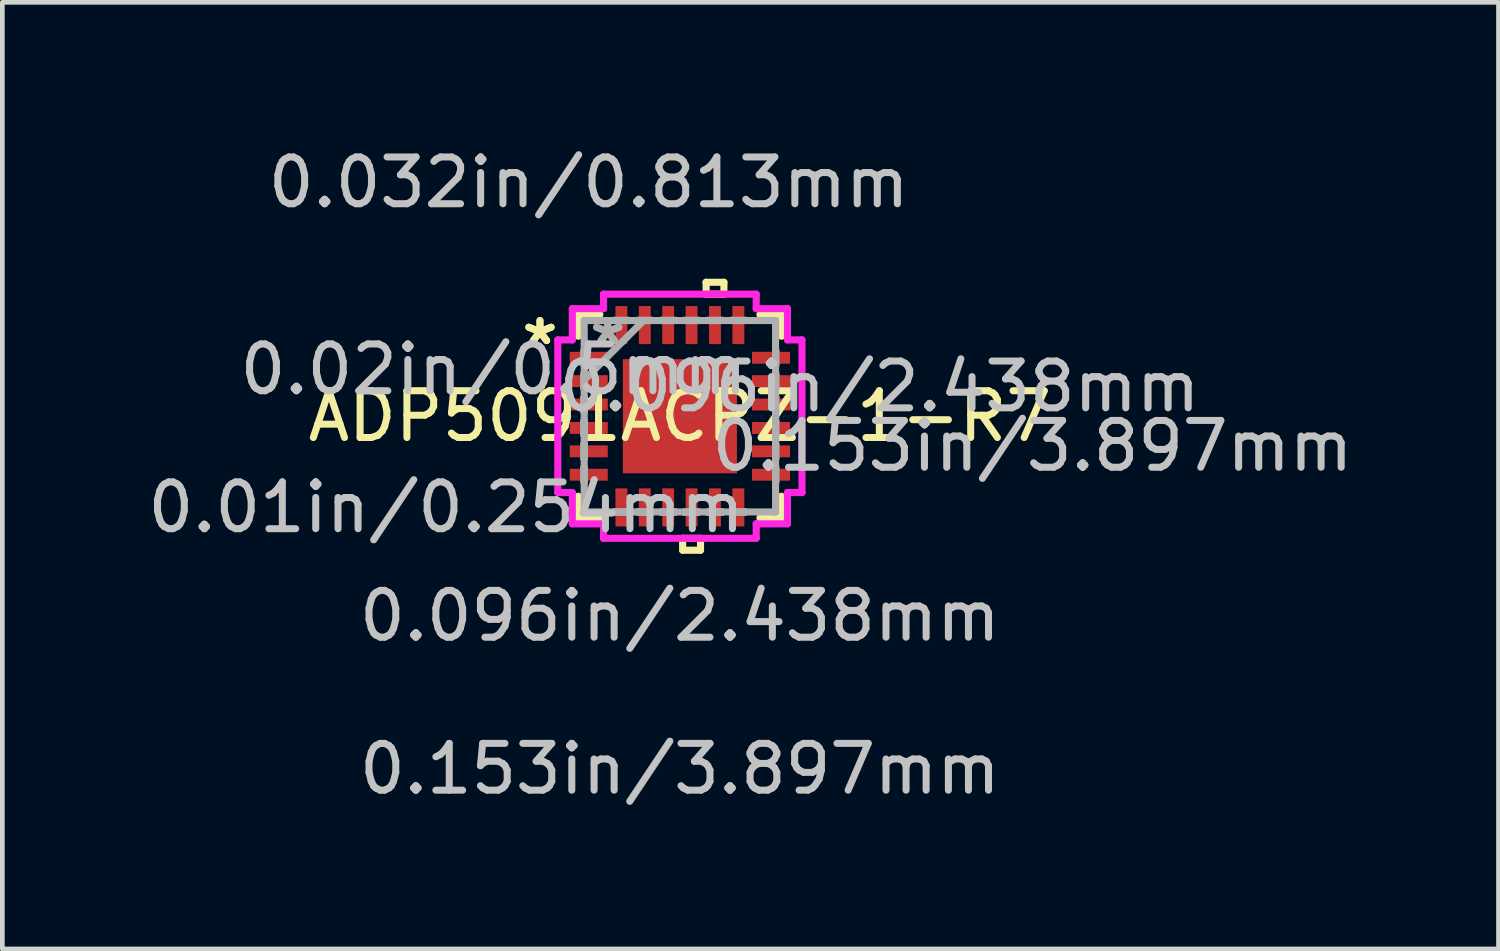
<source format=kicad_pcb>
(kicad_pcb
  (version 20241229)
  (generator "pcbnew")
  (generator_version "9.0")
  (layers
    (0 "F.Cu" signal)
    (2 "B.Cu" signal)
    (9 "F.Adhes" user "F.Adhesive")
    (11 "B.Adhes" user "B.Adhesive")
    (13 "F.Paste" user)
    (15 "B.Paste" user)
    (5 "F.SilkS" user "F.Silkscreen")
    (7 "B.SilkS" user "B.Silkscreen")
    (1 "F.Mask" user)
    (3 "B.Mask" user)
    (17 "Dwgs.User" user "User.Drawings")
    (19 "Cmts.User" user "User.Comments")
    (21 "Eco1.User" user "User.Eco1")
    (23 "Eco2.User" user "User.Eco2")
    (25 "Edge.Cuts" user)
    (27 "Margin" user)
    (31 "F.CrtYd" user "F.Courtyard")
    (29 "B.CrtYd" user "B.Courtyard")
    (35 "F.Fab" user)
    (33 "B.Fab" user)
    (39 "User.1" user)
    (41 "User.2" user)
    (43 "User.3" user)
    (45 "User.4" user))
  (footprint "ADP5091ACPZ-1-R7"
    (layer "F.Cu")
    (at 11.479 5.845)
    (property "Reference" "ADP5091ACPZ-1-R7" (at 0 0 0) (layer "F.SilkS") (effects (font (size 1 1) (thickness 0.15))))
    (attr through_hole)
    (fp_line (start -2.172 -2.172) (end -2.172 -1.71) (stroke (width 0.152) (type solid)) (layer "F.SilkS"))
    (fp_line (start -2.172 1.71) (end -2.172 2.172) (stroke (width 0.152) (type solid)) (layer "F.SilkS"))
    (fp_line (start -2.172 2.172) (end -1.71 2.172) (stroke (width 0.152) (type solid)) (layer "F.SilkS"))
    (fp_line (start -1.71 -2.172) (end -2.172 -2.172) (stroke (width 0.152) (type solid)) (layer "F.SilkS"))
    (fp_line (start 0.059 2.609) (end 0.059 2.863) (stroke (width 0.152) (type solid)) (layer "F.SilkS"))
    (fp_line (start 0.059 2.863) (end 0.441 2.863) (stroke (width 0.152) (type solid)) (layer "F.SilkS"))
    (fp_line (start 0.441 2.609) (end 0.059 2.609) (stroke (width 0.152) (type solid)) (layer "F.SilkS"))
    (fp_line (start 0.441 2.863) (end 0.441 2.609) (stroke (width 0.152) (type solid)) (layer "F.SilkS"))
    (fp_line (start 0.56 -2.863) (end 0.941 -2.863) (stroke (width 0.152) (type solid)) (layer "F.SilkS"))
    (fp_line (start 0.56 -2.609) (end 0.56 -2.863) (stroke (width 0.152) (type solid)) (layer "F.SilkS"))
    (fp_line (start 0.941 -2.863) (end 0.941 -2.609) (stroke (width 0.152) (type solid)) (layer "F.SilkS"))
    (fp_line (start 0.941 -2.609) (end 0.56 -2.609) (stroke (width 0.152) (type solid)) (layer "F.SilkS"))
    (fp_line (start 1.71 2.172) (end 2.172 2.172) (stroke (width 0.152) (type solid)) (layer "F.SilkS"))
    (fp_line (start 2.172 -2.172) (end 1.71 -2.172) (stroke (width 0.152) (type solid)) (layer "F.SilkS"))
    (fp_line (start 2.172 -1.71) (end 2.172 -2.172) (stroke (width 0.152) (type solid)) (layer "F.SilkS"))
    (fp_line (start 2.172 2.172) (end 2.172 1.71) (stroke (width 0.152) (type solid)) (layer "F.SilkS"))
    (fp_line (start -2.609 -1.631) (end -2.299 -1.631) (stroke (width 0.152) (type solid)) (layer "F.CrtYd"))
    (fp_line (start -2.609 1.631) (end -2.609 -1.631) (stroke (width 0.152) (type solid)) (layer "F.CrtYd"))
    (fp_line (start -2.299 -2.299) (end -1.631 -2.299) (stroke (width 0.152) (type solid)) (layer "F.CrtYd"))
    (fp_line (start -2.299 -1.631) (end -2.299 -2.299) (stroke (width 0.152) (type solid)) (layer "F.CrtYd"))
    (fp_line (start -2.299 1.631) (end -2.609 1.631) (stroke (width 0.152) (type solid)) (layer "F.CrtYd"))
    (fp_line (start -2.299 2.299) (end -2.299 1.631) (stroke (width 0.152) (type solid)) (layer "F.CrtYd"))
    (fp_line (start -1.631 -2.609) (end 1.631 -2.609) (stroke (width 0.152) (type solid)) (layer "F.CrtYd"))
    (fp_line (start -1.631 -2.299) (end -1.631 -2.609) (stroke (width 0.152) (type solid)) (layer "F.CrtYd"))
    (fp_line (start -1.631 2.299) (end -2.299 2.299) (stroke (width 0.152) (type solid)) (layer "F.CrtYd"))
    (fp_line (start -1.631 2.609) (end -1.631 2.299) (stroke (width 0.152) (type solid)) (layer "F.CrtYd"))
    (fp_line (start 1.631 -2.609) (end 1.631 -2.299) (stroke (width 0.152) (type solid)) (layer "F.CrtYd"))
    (fp_line (start 1.631 -2.299) (end 2.299 -2.299) (stroke (width 0.152) (type solid)) (layer "F.CrtYd"))
    (fp_line (start 1.631 2.299) (end 1.631 2.609) (stroke (width 0.152) (type solid)) (layer "F.CrtYd"))
    (fp_line (start 1.631 2.609) (end -1.631 2.609) (stroke (width 0.152) (type solid)) (layer "F.CrtYd"))
    (fp_line (start 2.299 -2.299) (end 2.299 -1.631) (stroke (width 0.152) (type solid)) (layer "F.CrtYd"))
    (fp_line (start 2.299 -1.631) (end 2.609 -1.631) (stroke (width 0.152) (type solid)) (layer "F.CrtYd"))
    (fp_line (start 2.299 1.631) (end 2.299 2.299) (stroke (width 0.152) (type solid)) (layer "F.CrtYd"))
    (fp_line (start 2.299 2.299) (end 1.631 2.299) (stroke (width 0.152) (type solid)) (layer "F.CrtYd"))
    (fp_line (start 2.609 -1.631) (end 2.609 1.631) (stroke (width 0.152) (type solid)) (layer "F.CrtYd"))
    (fp_line (start 2.609 1.631) (end 2.299 1.631) (stroke (width 0.152) (type solid)) (layer "F.CrtYd"))
    (fp_line (start -2.05 -1.402) (end -2.05 -1.098) (stroke (width 0.152) (type solid)) (layer "F.Fab"))
    (fp_line (start -2.05 -1.098) (end -2.045 -1.098) (stroke (width 0.152) (type solid)) (layer "F.Fab"))
    (fp_line (start -2.05 -0.902) (end -2.05 -0.598) (stroke (width 0.152) (type solid)) (layer "F.Fab"))
    (fp_line (start -2.05 -0.598) (end -2.045 -0.598) (stroke (width 0.152) (type solid)) (layer "F.Fab"))
    (fp_line (start -2.05 -0.402) (end -2.05 -0.098) (stroke (width 0.152) (type solid)) (layer "F.Fab"))
    (fp_line (start -2.05 -0.098) (end -2.045 -0.098) (stroke (width 0.152) (type solid)) (layer "F.Fab"))
    (fp_line (start -2.05 0.098) (end -2.05 0.402) (stroke (width 0.152) (type solid)) (layer "F.Fab"))
    (fp_line (start -2.05 0.402) (end -2.045 0.402) (stroke (width 0.152) (type solid)) (layer "F.Fab"))
    (fp_line (start -2.05 0.598) (end -2.05 0.902) (stroke (width 0.152) (type solid)) (layer "F.Fab"))
    (fp_line (start -2.05 0.902) (end -2.045 0.902) (stroke (width 0.152) (type solid)) (layer "F.Fab"))
    (fp_line (start -2.05 1.098) (end -2.05 1.402) (stroke (width 0.152) (type solid)) (layer "F.Fab"))
    (fp_line (start -2.05 1.402) (end -2.045 1.402) (stroke (width 0.152) (type solid)) (layer "F.Fab"))
    (fp_line (start -2.045 -2.045) (end -2.045 -2.045) (stroke (width 0.152) (type solid)) (layer "F.Fab"))
    (fp_line (start -2.045 -2.045) (end -2.045 2.045) (stroke (width 0.152) (type solid)) (layer "F.Fab"))
    (fp_line (start -2.045 -1.402) (end -2.05 -1.402) (stroke (width 0.152) (type solid)) (layer "F.Fab"))
    (fp_line (start -2.045 -1.098) (end -2.045 -1.402) (stroke (width 0.152) (type solid)) (layer "F.Fab"))
    (fp_line (start -2.045 -0.902) (end -2.05 -0.902) (stroke (width 0.152) (type solid)) (layer "F.Fab"))
    (fp_line (start -2.045 -0.775) (end -0.775 -2.045) (stroke (width 0.152) (type solid)) (layer "F.Fab"))
    (fp_line (start -2.045 -0.598) (end -2.045 -0.902) (stroke (width 0.152) (type solid)) (layer "F.Fab"))
    (fp_line (start -2.045 -0.402) (end -2.05 -0.402) (stroke (width 0.152) (type solid)) (layer "F.Fab"))
    (fp_line (start -2.045 -0.098) (end -2.045 -0.402) (stroke (width 0.152) (type solid)) (layer "F.Fab"))
    (fp_line (start -2.045 0.098) (end -2.05 0.098) (stroke (width 0.152) (type solid)) (layer "F.Fab"))
    (fp_line (start -2.045 0.402) (end -2.045 0.098) (stroke (width 0.152) (type solid)) (layer "F.Fab"))
    (fp_line (start -2.045 0.598) (end -2.05 0.598) (stroke (width 0.152) (type solid)) (layer "F.Fab"))
    (fp_line (start -2.045 0.902) (end -2.045 0.598) (stroke (width 0.152) (type solid)) (layer "F.Fab"))
    (fp_line (start -2.045 1.098) (end -2.05 1.098) (stroke (width 0.152) (type solid)) (layer "F.Fab"))
    (fp_line (start -2.045 1.402) (end -2.045 1.098) (stroke (width 0.152) (type solid)) (layer "F.Fab"))
    (fp_line (start -2.045 2.045) (end -2.045 2.045) (stroke (width 0.152) (type solid)) (layer "F.Fab"))
    (fp_line (start -2.045 2.045) (end 2.045 2.045) (stroke (width 0.152) (type solid)) (layer "F.Fab"))
    (fp_line (start -1.402 -2.05) (end -1.402 -2.045) (stroke (width 0.152) (type solid)) (layer "F.Fab"))
    (fp_line (start -1.402 -2.045) (end -1.098 -2.045) (stroke (width 0.152) (type solid)) (layer "F.Fab"))
    (fp_line (start -1.402 2.045) (end -1.402 2.05) (stroke (width 0.152) (type solid)) (layer "F.Fab"))
    (fp_line (start -1.402 2.05) (end -1.098 2.05) (stroke (width 0.152) (type solid)) (layer "F.Fab"))
    (fp_line (start -1.098 -2.05) (end -1.402 -2.05) (stroke (width 0.152) (type solid)) (layer "F.Fab"))
    (fp_line (start -1.098 -2.045) (end -1.098 -2.05) (stroke (width 0.152) (type solid)) (layer "F.Fab"))
    (fp_line (start -1.098 2.045) (end -1.402 2.045) (stroke (width 0.152) (type solid)) (layer "F.Fab"))
    (fp_line (start -1.098 2.05) (end -1.098 2.045) (stroke (width 0.152) (type solid)) (layer "F.Fab"))
    (fp_line (start -0.902 -2.05) (end -0.902 -2.045) (stroke (width 0.152) (type solid)) (layer "F.Fab"))
    (fp_line (start -0.902 -2.045) (end -0.598 -2.045) (stroke (width 0.152) (type solid)) (layer "F.Fab"))
    (fp_line (start -0.902 2.045) (end -0.902 2.05) (stroke (width 0.152) (type solid)) (layer "F.Fab"))
    (fp_line (start -0.902 2.05) (end -0.598 2.05) (stroke (width 0.152) (type solid)) (layer "F.Fab"))
    (fp_line (start -0.598 -2.05) (end -0.902 -2.05) (stroke (width 0.152) (type solid)) (layer "F.Fab"))
    (fp_line (start -0.598 -2.045) (end -0.598 -2.05) (stroke (width 0.152) (type solid)) (layer "F.Fab"))
    (fp_line (start -0.598 2.045) (end -0.902 2.045) (stroke (width 0.152) (type solid)) (layer "F.Fab"))
    (fp_line (start -0.598 2.05) (end -0.598 2.045) (stroke (width 0.152) (type solid)) (layer "F.Fab"))
    (fp_line (start -0.402 -2.05) (end -0.402 -2.045) (stroke (width 0.152) (type solid)) (layer "F.Fab"))
    (fp_line (start -0.402 -2.045) (end -0.098 -2.045) (stroke (width 0.152) (type solid)) (layer "F.Fab"))
    (fp_line (start -0.402 2.045) (end -0.402 2.05) (stroke (width 0.152) (type solid)) (layer "F.Fab"))
    (fp_line (start -0.402 2.05) (end -0.098 2.05) (stroke (width 0.152) (type solid)) (layer "F.Fab"))
    (fp_line (start -0.098 -2.05) (end -0.402 -2.05) (stroke (width 0.152) (type solid)) (layer "F.Fab"))
    (fp_line (start -0.098 -2.045) (end -0.098 -2.05) (stroke (width 0.152) (type solid)) (layer "F.Fab"))
    (fp_line (start -0.098 2.045) (end -0.402 2.045) (stroke (width 0.152) (type solid)) (layer "F.Fab"))
    (fp_line (start -0.098 2.05) (end -0.098 2.045) (stroke (width 0.152) (type solid)) (layer "F.Fab"))
    (fp_line (start 0.098 -2.05) (end 0.098 -2.045) (stroke (width 0.152) (type solid)) (layer "F.Fab"))
    (fp_line (start 0.098 -2.045) (end 0.402 -2.045) (stroke (width 0.152) (type solid)) (layer "F.Fab"))
    (fp_line (start 0.098 2.045) (end 0.098 2.05) (stroke (width 0.152) (type solid)) (layer "F.Fab"))
    (fp_line (start 0.098 2.05) (end 0.402 2.05) (stroke (width 0.152) (type solid)) (layer "F.Fab"))
    (fp_line (start 0.402 -2.05) (end 0.098 -2.05) (stroke (width 0.152) (type solid)) (layer "F.Fab"))
    (fp_line (start 0.402 -2.045) (end 0.402 -2.05) (stroke (width 0.152) (type solid)) (layer "F.Fab"))
    (fp_line (start 0.402 2.045) (end 0.098 2.045) (stroke (width 0.152) (type solid)) (layer "F.Fab"))
    (fp_line (start 0.402 2.05) (end 0.402 2.045) (stroke (width 0.152) (type solid)) (layer "F.Fab"))
    (fp_line (start 0.598 -2.05) (end 0.598 -2.045) (stroke (width 0.152) (type solid)) (layer "F.Fab"))
    (fp_line (start 0.598 -2.045) (end 0.902 -2.045) (stroke (width 0.152) (type solid)) (layer "F.Fab"))
    (fp_line (start 0.598 2.045) (end 0.598 2.05) (stroke (width 0.152) (type solid)) (layer "F.Fab"))
    (fp_line (start 0.598 2.05) (end 0.902 2.05) (stroke (width 0.152) (type solid)) (layer "F.Fab"))
    (fp_line (start 0.902 -2.05) (end 0.598 -2.05) (stroke (width 0.152) (type solid)) (layer "F.Fab"))
    (fp_line (start 0.902 -2.045) (end 0.902 -2.05) (stroke (width 0.152) (type solid)) (layer "F.Fab"))
    (fp_line (start 0.902 2.045) (end 0.598 2.045) (stroke (width 0.152) (type solid)) (layer "F.Fab"))
    (fp_line (start 0.902 2.05) (end 0.902 2.045) (stroke (width 0.152) (type solid)) (layer "F.Fab"))
    (fp_line (start 1.098 -2.05) (end 1.098 -2.045) (stroke (width 0.152) (type solid)) (layer "F.Fab"))
    (fp_line (start 1.098 -2.045) (end 1.402 -2.045) (stroke (width 0.152) (type solid)) (layer "F.Fab"))
    (fp_line (start 1.098 2.045) (end 1.098 2.05) (stroke (width 0.152) (type solid)) (layer "F.Fab"))
    (fp_line (start 1.098 2.05) (end 1.402 2.05) (stroke (width 0.152) (type solid)) (layer "F.Fab"))
    (fp_line (start 1.402 -2.05) (end 1.098 -2.05) (stroke (width 0.152) (type solid)) (layer "F.Fab"))
    (fp_line (start 1.402 -2.045) (end 1.402 -2.05) (stroke (width 0.152) (type solid)) (layer "F.Fab"))
    (fp_line (start 1.402 2.045) (end 1.098 2.045) (stroke (width 0.152) (type solid)) (layer "F.Fab"))
    (fp_line (start 1.402 2.05) (end 1.402 2.045) (stroke (width 0.152) (type solid)) (layer "F.Fab"))
    (fp_line (start 2.045 -2.045) (end -2.045 -2.045) (stroke (width 0.152) (type solid)) (layer "F.Fab"))
    (fp_line (start 2.045 -2.045) (end 2.045 -2.045) (stroke (width 0.152) (type solid)) (layer "F.Fab"))
    (fp_line (start 2.045 -1.402) (end 2.045 -1.098) (stroke (width 0.152) (type solid)) (layer "F.Fab"))
    (fp_line (start 2.045 -1.098) (end 2.05 -1.098) (stroke (width 0.152) (type solid)) (layer "F.Fab"))
    (fp_line (start 2.045 -0.902) (end 2.045 -0.598) (stroke (width 0.152) (type solid)) (layer "F.Fab"))
    (fp_line (start 2.045 -0.598) (end 2.05 -0.598) (stroke (width 0.152) (type solid)) (layer "F.Fab"))
    (fp_line (start 2.045 -0.402) (end 2.045 -0.098) (stroke (width 0.152) (type solid)) (layer "F.Fab"))
    (fp_line (start 2.045 -0.098) (end 2.05 -0.098) (stroke (width 0.152) (type solid)) (layer "F.Fab"))
    (fp_line (start 2.045 0.098) (end 2.045 0.402) (stroke (width 0.152) (type solid)) (layer "F.Fab"))
    (fp_line (start 2.045 0.402) (end 2.05 0.402) (stroke (width 0.152) (type solid)) (layer "F.Fab"))
    (fp_line (start 2.045 0.598) (end 2.045 0.902) (stroke (width 0.152) (type solid)) (layer "F.Fab"))
    (fp_line (start 2.045 0.902) (end 2.05 0.902) (stroke (width 0.152) (type solid)) (layer "F.Fab"))
    (fp_line (start 2.045 1.098) (end 2.045 1.402) (stroke (width 0.152) (type solid)) (layer "F.Fab"))
    (fp_line (start 2.045 1.402) (end 2.05 1.402) (stroke (width 0.152) (type solid)) (layer "F.Fab"))
    (fp_line (start 2.045 2.045) (end 2.045 -2.045) (stroke (width 0.152) (type solid)) (layer "F.Fab"))
    (fp_line (start 2.045 2.045) (end 2.045 2.045) (stroke (width 0.152) (type solid)) (layer "F.Fab"))
    (fp_line (start 2.05 -1.402) (end 2.045 -1.402) (stroke (width 0.152) (type solid)) (layer "F.Fab"))
    (fp_line (start 2.05 -1.098) (end 2.05 -1.402) (stroke (width 0.152) (type solid)) (layer "F.Fab"))
    (fp_line (start 2.05 -0.902) (end 2.045 -0.902) (stroke (width 0.152) (type solid)) (layer "F.Fab"))
    (fp_line (start 2.05 -0.598) (end 2.05 -0.902) (stroke (width 0.152) (type solid)) (layer "F.Fab"))
    (fp_line (start 2.05 -0.402) (end 2.045 -0.402) (stroke (width 0.152) (type solid)) (layer "F.Fab"))
    (fp_line (start 2.05 -0.098) (end 2.05 -0.402) (stroke (width 0.152) (type solid)) (layer "F.Fab"))
    (fp_line (start 2.05 0.098) (end 2.045 0.098) (stroke (width 0.152) (type solid)) (layer "F.Fab"))
    (fp_line (start 2.05 0.402) (end 2.05 0.098) (stroke (width 0.152) (type solid)) (layer "F.Fab"))
    (fp_line (start 2.05 0.598) (end 2.045 0.598) (stroke (width 0.152) (type solid)) (layer "F.Fab"))
    (fp_line (start 2.05 0.902) (end 2.05 0.598) (stroke (width 0.152) (type solid)) (layer "F.Fab"))
    (fp_line (start 2.05 1.098) (end 2.045 1.098) (stroke (width 0.152) (type solid)) (layer "F.Fab"))
    (fp_line (start 2.05 1.402) (end 2.05 1.098) (stroke (width 0.152) (type solid)) (layer "F.Fab"))
    (fp_text user "*" (at -2.99 -1.5 0) (layer "F.SilkS") (effects (font (size 1 1) (thickness 0.15))))
    (fp_text user "*" (at -2.99 -1.5 0) (layer "F.SilkS") (effects (font (size 1 1) (thickness 0.15))))
    (fp_text user "0.096in/2.438mm" (at 0 4.267 0) (layer "Dwgs.User") (effects (font (size 1 1) (thickness 0.15))))
    (fp_text user "0.096in/2.438mm" (at 4.267 -0.635 0) (layer "Dwgs.User") (effects (font (size 1 1) (thickness 0.15))))
    (fp_text user "0.153in/3.897mm" (at 0 7.536 0) (layer "Dwgs.User") (effects (font (size 1 1) (thickness 0.15))))
    (fp_text user "0.153in/3.897mm" (at 7.536 0.635 0) (layer "Dwgs.User") (effects (font (size 1 1) (thickness 0.15))))
    (fp_text user "0.02in/0.5mm" (at -3.98 -1 0) (layer "Dwgs.User") (effects (font (size 1 1) (thickness 0.15))))
    (fp_text user "0.01in/0.254mm" (at -4.996 1.948 0) (layer "Dwgs.User") (effects (font (size 1 1) (thickness 0.15))))
    (fp_text user "0.032in/0.813mm" (at -1.948 -4.996 0) (layer "Dwgs.User") (effects (font (size 1 1) (thickness 0.15))))
    (fp_text user "Copyright 2016 Accelerated Designs. All rights reserved." (at 0 0 0) (layer "Cmts.User") (effects (font (size 0.127 0.127) (thickness 0.002))))
    (fp_text user "*" (at -1.542 -1.5 0) (layer "F.Fab") (effects (font (size 1 1) (thickness 0.15))))
    (fp_text user "*" (at -1.542 -1.5 0) (layer "F.Fab") (effects (font (size 1 1) (thickness 0.15))))
    (pad "1" smd rect (at -1.948 -1.25 90) (size 0.254 0.813) (layers "F.Cu" "F.Mask" "F.Paste"))
    (pad "2" smd rect (at -1.948 -0.75 90) (size 0.254 0.813) (layers "F.Cu" "F.Mask" "F.Paste"))
    (pad "3" smd rect (at -1.948 -0.25 90) (size 0.254 0.813) (layers "F.Cu" "F.Mask" "F.Paste"))
    (pad "4" smd rect (at -1.948 0.25 90) (size 0.254 0.813) (layers "F.Cu" "F.Mask" "F.Paste"))
    (pad "5" smd rect (at -1.948 0.75 90) (size 0.254 0.813) (layers "F.Cu" "F.Mask" "F.Paste"))
    (pad "6" smd rect (at -1.948 1.25 90) (size 0.254 0.813) (layers "F.Cu" "F.Mask" "F.Paste"))
    (pad "7" smd rect (at -1.25 1.948) (size 0.254 0.813) (layers "F.Cu" "F.Mask" "F.Paste"))
    (pad "8" smd rect (at -0.75 1.948) (size 0.254 0.813) (layers "F.Cu" "F.Mask" "F.Paste"))
    (pad "9" smd rect (at -0.25 1.948) (size 0.254 0.813) (layers "F.Cu" "F.Mask" "F.Paste"))
    (pad "10" smd rect (at 0.25 1.948) (size 0.254 0.813) (layers "F.Cu" "F.Mask" "F.Paste"))
    (pad "11" smd rect (at 0.75 1.948) (size 0.254 0.813) (layers "F.Cu" "F.Mask" "F.Paste"))
    (pad "12" smd rect (at 1.25 1.948) (size 0.254 0.813) (layers "F.Cu" "F.Mask" "F.Paste"))
    (pad "13" smd rect (at 1.948 1.25 90) (size 0.254 0.813) (layers "F.Cu" "F.Mask" "F.Paste"))
    (pad "14" smd rect (at 1.948 0.75 90) (size 0.254 0.813) (layers "F.Cu" "F.Mask" "F.Paste"))
    (pad "15" smd rect (at 1.948 0.25 90) (size 0.254 0.813) (layers "F.Cu" "F.Mask" "F.Paste"))
    (pad "16" smd rect (at 1.948 -0.25 90) (size 0.254 0.813) (layers "F.Cu" "F.Mask" "F.Paste"))
    (pad "17" smd rect (at 1.948 -0.75 90) (size 0.254 0.813) (layers "F.Cu" "F.Mask" "F.Paste"))
    (pad "18" smd rect (at 1.948 -1.25 90) (size 0.254 0.813) (layers "F.Cu" "F.Mask" "F.Paste"))
    (pad "19" smd rect (at 1.25 -1.948) (size 0.254 0.813) (layers "F.Cu" "F.Mask" "F.Paste"))
    (pad "20" smd rect (at 0.75 -1.948) (size 0.254 0.813) (layers "F.Cu" "F.Mask" "F.Paste"))
    (pad "21" smd rect (at 0.25 -1.948) (size 0.254 0.813) (layers "F.Cu" "F.Mask" "F.Paste"))
    (pad "22" smd rect (at -0.25 -1.948) (size 0.254 0.813) (layers "F.Cu" "F.Mask" "F.Paste"))
    (pad "23" smd rect (at -0.75 -1.948) (size 0.254 0.813) (layers "F.Cu" "F.Mask" "F.Paste"))
    (pad "24" smd rect (at -1.25 -1.948) (size 0.254 0.813) (layers "F.Cu" "F.Mask" "F.Paste"))
    (pad "25" smd rect (at 0 0) (size 2.438 2.438) (layers "F.Cu" "F.Mask" "F.Paste")))
  (gr_rect
    (start -3 -3)
    (end 28.973 17.229)
    (stroke (width 0.1) (type default))
    (fill no)
    (layer "Edge.Cuts")))
</source>
